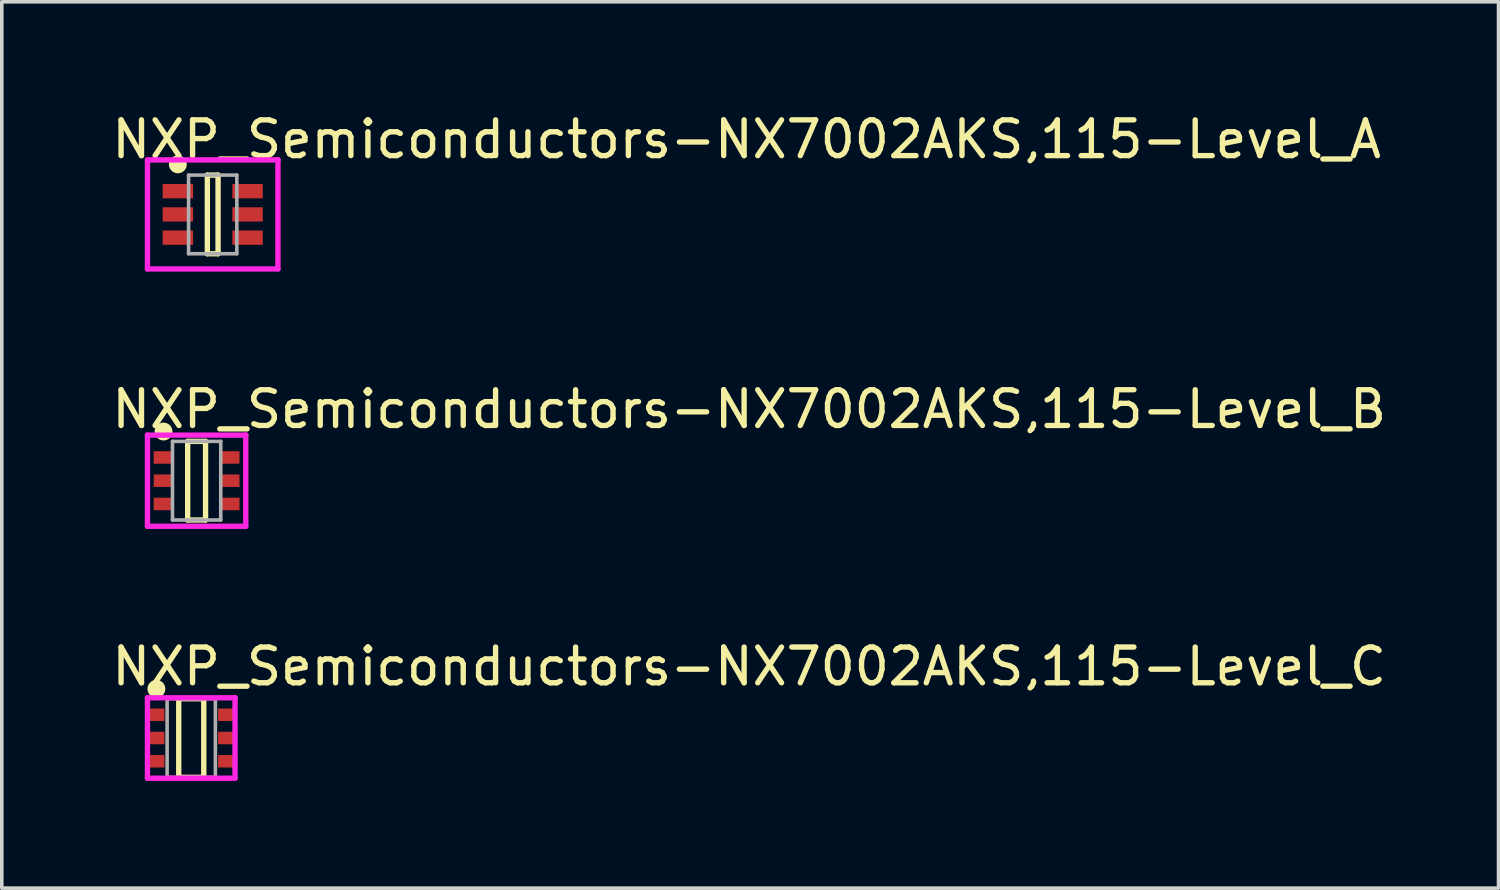
<source format=kicad_pcb>
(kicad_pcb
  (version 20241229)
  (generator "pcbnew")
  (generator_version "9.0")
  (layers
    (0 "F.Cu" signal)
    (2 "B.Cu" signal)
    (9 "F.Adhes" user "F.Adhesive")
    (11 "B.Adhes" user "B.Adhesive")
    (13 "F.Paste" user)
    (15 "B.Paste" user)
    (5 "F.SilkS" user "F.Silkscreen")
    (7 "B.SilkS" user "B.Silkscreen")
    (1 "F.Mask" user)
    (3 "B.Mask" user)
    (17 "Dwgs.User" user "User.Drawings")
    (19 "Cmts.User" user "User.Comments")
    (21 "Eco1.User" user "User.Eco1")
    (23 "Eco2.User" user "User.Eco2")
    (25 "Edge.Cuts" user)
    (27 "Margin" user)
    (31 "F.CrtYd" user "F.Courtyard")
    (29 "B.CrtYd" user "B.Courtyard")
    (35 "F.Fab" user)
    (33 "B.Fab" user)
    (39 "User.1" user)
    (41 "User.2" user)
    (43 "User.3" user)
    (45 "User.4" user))
  (footprint "NXP_Semiconductors-NX7002AKS,115-Level_A"
    (layer "F.Cu")
    (at 2.9 2.948)
    (property "Reference" "NXP_Semiconductors-NX7002AKS,115-Level_A" (at -2.9 -2.1 0) (layer "F.SilkS") (effects (font (size 1 1) (thickness 0.15)) (justify left)))
    (attr through_hole)
    (fp_line (start -0.15 -1.1) (end 0.15 -1.1) (stroke (width 0.15) (type solid)) (layer "F.SilkS"))
    (fp_line (start -0.15 1.1) (end -0.15 -1.1) (stroke (width 0.15) (type solid)) (layer "F.SilkS"))
    (fp_line (start -0.15 1.1) (end 0.15 1.1) (stroke (width 0.15) (type solid)) (layer "F.SilkS"))
    (fp_line (start 0.15 1.1) (end 0.15 -1.1) (stroke (width 0.15) (type solid)) (layer "F.SilkS"))
    (fp_circle (center -0.975 -1.4) (end -0.85 -1.4) (stroke (width 0.25) (type solid)) (fill no) (layer "F.SilkS"))
    (fp_line (start -1.825 -1.525) (end -1.825 1.525) (stroke (width 0.15) (type solid)) (layer "F.CrtYd"))
    (fp_line (start -1.825 1.525) (end 1.825 1.525) (stroke (width 0.15) (type solid)) (layer "F.CrtYd"))
    (fp_line (start 1.825 -1.525) (end -1.825 -1.525) (stroke (width 0.15) (type solid)) (layer "F.CrtYd"))
    (fp_line (start 1.825 -1.525) (end 1.825 -1.525) (stroke (width 0.15) (type solid)) (layer "F.CrtYd"))
    (fp_line (start 1.825 1.525) (end 1.825 -1.525) (stroke (width 0.15) (type solid)) (layer "F.CrtYd"))
    (fp_line (start -0.675 -1.1) (end 0.675 -1.1) (stroke (width 0.1) (type solid)) (layer "F.Fab"))
    (fp_line (start -0.675 1.1) (end -0.675 -1.1) (stroke (width 0.1) (type solid)) (layer "F.Fab"))
    (fp_line (start -0.675 1.1) (end 0.675 1.1) (stroke (width 0.1) (type solid)) (layer "F.Fab"))
    (fp_line (start 0.675 1.1) (end 0.675 -1.1) (stroke (width 0.1) (type solid)) (layer "F.Fab"))
    (pad "1" smd rect (at -0.975 -0.65 90) (size 0.4 0.85) (layers "F.Cu" "F.Mask" "F.Paste"))
    (pad "2" smd rect (at -0.975 -0.000001 90) (size 0.4 0.85) (layers "F.Cu" "F.Mask" "F.Paste"))
    (pad "3" smd rect (at -0.975 0.65 90) (size 0.4 0.85) (layers "F.Cu" "F.Mask" "F.Paste"))
    (pad "4" smd rect (at 0.975 0.65 90) (size 0.4 0.85) (layers "F.Cu" "F.Mask" "F.Paste"))
    (pad "5" smd rect (at 0.975 -0.000001 90) (size 0.4 0.85) (layers "F.Cu" "F.Mask" "F.Paste"))
    (pad "6" smd rect (at 0.975 -0.65 90) (size 0.4 0.85) (layers "F.Cu" "F.Mask" "F.Paste")))
  (footprint "NXP_Semiconductors-NX7002AKS,115-Level_C"
    (layer "F.Cu")
    (at 2.3 17.595)
    (property "Reference" "NXP_Semiconductors-NX7002AKS,115-Level_C" (at -2.3 -2 0) (layer "F.SilkS") (effects (font (size 1 1) (thickness 0.15)) (justify left)))
    (attr through_hole)
    (fp_line (start -0.35 -1.1) (end 0.35 -1.1) (stroke (width 0.15) (type solid)) (layer "F.SilkS"))
    (fp_line (start -0.35 1.1) (end -0.35 -1.1) (stroke (width 0.15) (type solid)) (layer "F.SilkS"))
    (fp_line (start -0.35 1.1) (end 0.35 1.1) (stroke (width 0.15) (type solid)) (layer "F.SilkS"))
    (fp_line (start 0.35 1.1) (end 0.35 -1.1) (stroke (width 0.15) (type solid)) (layer "F.SilkS"))
    (fp_circle (center -0.975 -1.375) (end -0.85 -1.375) (stroke (width 0.25) (type solid)) (fill no) (layer "F.SilkS"))
    (fp_line (start -1.225 -1.125) (end -1.225 1.125) (stroke (width 0.15) (type solid)) (layer "F.CrtYd"))
    (fp_line (start -1.225 1.125) (end 1.225 1.125) (stroke (width 0.15) (type solid)) (layer "F.CrtYd"))
    (fp_line (start 1.225 -1.125) (end -1.225 -1.125) (stroke (width 0.15) (type solid)) (layer "F.CrtYd"))
    (fp_line (start 1.225 -1.125) (end 1.225 -1.125) (stroke (width 0.15) (type solid)) (layer "F.CrtYd"))
    (fp_line (start 1.225 1.125) (end 1.225 -1.125) (stroke (width 0.15) (type solid)) (layer "F.CrtYd"))
    (fp_line (start -0.675 -1.1) (end 0.675 -1.1) (stroke (width 0.1) (type solid)) (layer "F.Fab"))
    (fp_line (start -0.675 1.1) (end -0.675 -1.1) (stroke (width 0.1) (type solid)) (layer "F.Fab"))
    (fp_line (start -0.675 1.1) (end 0.675 1.1) (stroke (width 0.1) (type solid)) (layer "F.Fab"))
    (fp_line (start 0.675 1.1) (end 0.675 -1.1) (stroke (width 0.1) (type solid)) (layer "F.Fab"))
    (pad "1" smd rect (at -0.975 -0.65 90) (size 0.35 0.45) (layers "F.Cu" "F.Mask" "F.Paste"))
    (pad "2" smd rect (at -0.975 -0.000001 90) (size 0.35 0.45) (layers "F.Cu" "F.Mask" "F.Paste"))
    (pad "3" smd rect (at -0.975 0.65 90) (size 0.35 0.45) (layers "F.Cu" "F.Mask" "F.Paste"))
    (pad "4" smd rect (at 0.975 0.65 90) (size 0.35 0.45) (layers "F.Cu" "F.Mask" "F.Paste"))
    (pad "5" smd rect (at 0.975 -0.000001 90) (size 0.35 0.45) (layers "F.Cu" "F.Mask" "F.Paste"))
    (pad "6" smd rect (at 0.975 -0.65 90) (size 0.35 0.45) (layers "F.Cu" "F.Mask" "F.Paste")))
  (footprint "NXP_Semiconductors-NX7002AKS,115-Level_B"
    (layer "F.Cu")
    (at 2.45 10.397)
    (property "Reference" "NXP_Semiconductors-NX7002AKS,115-Level_B" (at -2.45 -2 0) (layer "F.SilkS") (effects (font (size 1 1) (thickness 0.15)) (justify left)))
    (attr through_hole)
    (fp_line (start -0.25 -1.1) (end 0.25 -1.1) (stroke (width 0.15) (type solid)) (layer "F.SilkS"))
    (fp_line (start -0.25 1.1) (end -0.25 -1.1) (stroke (width 0.15) (type solid)) (layer "F.SilkS"))
    (fp_line (start -0.25 1.1) (end 0.25 1.1) (stroke (width 0.15) (type solid)) (layer "F.SilkS"))
    (fp_line (start 0.25 1.1) (end 0.25 -1.1) (stroke (width 0.15) (type solid)) (layer "F.SilkS"))
    (fp_circle (center -0.925 -1.375) (end -0.8 -1.375) (stroke (width 0.25) (type solid)) (fill no) (layer "F.SilkS"))
    (fp_line (start -1.375 -1.275) (end -1.375 1.275) (stroke (width 0.15) (type solid)) (layer "F.CrtYd"))
    (fp_line (start -1.375 1.275) (end 1.375 1.275) (stroke (width 0.15) (type solid)) (layer "F.CrtYd"))
    (fp_line (start 1.375 -1.275) (end -1.375 -1.275) (stroke (width 0.15) (type solid)) (layer "F.CrtYd"))
    (fp_line (start 1.375 -1.275) (end 1.375 -1.275) (stroke (width 0.15) (type solid)) (layer "F.CrtYd"))
    (fp_line (start 1.375 1.275) (end 1.375 -1.275) (stroke (width 0.15) (type solid)) (layer "F.CrtYd"))
    (fp_line (start -0.675 -1.1) (end 0.675 -1.1) (stroke (width 0.1) (type solid)) (layer "F.Fab"))
    (fp_line (start -0.675 1.1) (end -0.675 -1.1) (stroke (width 0.1) (type solid)) (layer "F.Fab"))
    (fp_line (start -0.675 1.1) (end 0.675 1.1) (stroke (width 0.1) (type solid)) (layer "F.Fab"))
    (fp_line (start 0.675 1.1) (end 0.675 -1.1) (stroke (width 0.1) (type solid)) (layer "F.Fab"))
    (pad "1" smd rect (at -0.925 -0.65 90) (size 0.35 0.55) (layers "F.Cu" "F.Mask" "F.Paste"))
    (pad "2" smd rect (at -0.925 -0.000001 90) (size 0.35 0.55) (layers "F.Cu" "F.Mask" "F.Paste"))
    (pad "3" smd rect (at -0.925 0.65 90) (size 0.35 0.55) (layers "F.Cu" "F.Mask" "F.Paste"))
    (pad "4" smd rect (at 0.925 0.65 90) (size 0.35 0.55) (layers "F.Cu" "F.Mask" "F.Paste"))
    (pad "5" smd rect (at 0.925 -0.000001 90) (size 0.35 0.55) (layers "F.Cu" "F.Mask" "F.Paste"))
    (pad "6" smd rect (at 0.925 -0.65 90) (size 0.35 0.55) (layers "F.Cu" "F.Mask" "F.Paste")))
  (gr_rect
    (start -3 -3)
    (end 38.869 21.795)
    (stroke (width 0.1) (type default))
    (fill no)
    (layer "Edge.Cuts")))
</source>
